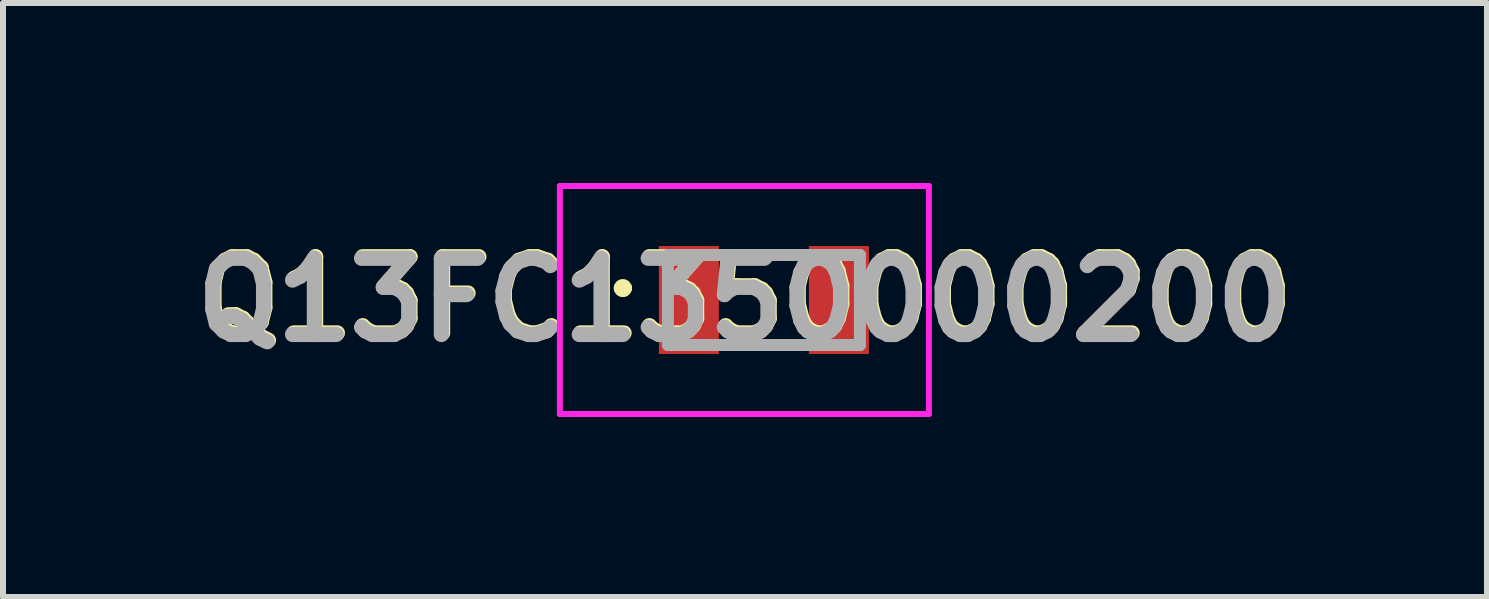
<source format=kicad_pcb>
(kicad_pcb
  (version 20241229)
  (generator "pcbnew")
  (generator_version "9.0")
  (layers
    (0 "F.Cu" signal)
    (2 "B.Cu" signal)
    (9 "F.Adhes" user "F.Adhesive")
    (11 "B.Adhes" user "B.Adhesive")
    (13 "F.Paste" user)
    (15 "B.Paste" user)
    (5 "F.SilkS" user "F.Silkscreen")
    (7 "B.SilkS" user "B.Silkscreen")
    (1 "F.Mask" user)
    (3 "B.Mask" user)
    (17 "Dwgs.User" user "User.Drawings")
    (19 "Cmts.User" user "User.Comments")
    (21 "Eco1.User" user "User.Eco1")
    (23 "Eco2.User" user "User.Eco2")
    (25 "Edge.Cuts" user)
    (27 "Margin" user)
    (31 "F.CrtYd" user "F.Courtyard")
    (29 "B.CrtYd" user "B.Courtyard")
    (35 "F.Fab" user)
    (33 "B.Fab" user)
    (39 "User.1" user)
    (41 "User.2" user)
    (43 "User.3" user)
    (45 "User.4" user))
  (footprint "Q13FC1350000200"
    (layer "F.Cu")
    (at 9.681 1.95)
    (property "Reference" "Q13FC1350000200" (at -0.305 -0.025 0) (layer "F.SilkS") (effects (font (size 1.27 1.27) (thickness 0.254))))
    (attr smd)
    (fp_line (start -2.4 -0.2) (end -2.4 -0.2) (stroke (width 0.2) (type solid)) (layer "F.SilkS"))
    (fp_line (start -2.4 -0.2) (end -2.4 -0.2) (stroke (width 0.2) (type solid)) (layer "F.SilkS"))
    (fp_line (start -2.3 -0.2) (end -2.3 -0.2) (stroke (width 0.2) (type solid)) (layer "F.SilkS"))
    (fp_arc (start -2.4 -0.2) (mid -2.35 -0.25) (end -2.3 -0.2) (stroke (width 0.2) (type solid)) (layer "F.SilkS"))
    (fp_arc (start -2.3 -0.2) (mid -2.35 -0.15) (end -2.4 -0.2) (stroke (width 0.2) (type solid)) (layer "F.SilkS"))
    (fp_arc (start -2.3 -0.2) (mid -2.35 -0.15) (end -2.4 -0.2) (stroke (width 0.2) (type solid)) (layer "F.SilkS"))
    (fp_line (start -3.4 -1.9) (end 2.75 -1.9) (stroke (width 0.1) (type solid)) (layer "F.CrtYd"))
    (fp_line (start -3.4 1.9) (end -3.4 -1.9) (stroke (width 0.1) (type solid)) (layer "F.CrtYd"))
    (fp_line (start 2.75 -1.9) (end 2.75 1.9) (stroke (width 0.1) (type solid)) (layer "F.CrtYd"))
    (fp_line (start 2.75 1.9) (end -3.4 1.9) (stroke (width 0.1) (type solid)) (layer "F.CrtYd"))
    (fp_line (start -1.6 -0.75) (end -1.6 0.75) (stroke (width 0.2) (type solid)) (layer "F.Fab"))
    (fp_line (start -1.6 0.75) (end 1.6 0.75) (stroke (width 0.2) (type solid)) (layer "F.Fab"))
    (fp_line (start 1.6 -0.75) (end -1.6 -0.75) (stroke (width 0.2) (type solid)) (layer "F.Fab"))
    (fp_line (start 1.6 0.75) (end 1.6 -0.75) (stroke (width 0.2) (type solid)) (layer "F.Fab"))
    (fp_text user "${REFERENCE}" (at -0.325 0 0) (layer "F.Fab") (effects (font (size 1.27 1.27) (thickness 0.254))))
    (pad "1" smd rect (at -1.25 0) (size 1 1.8) (layers "F.Cu" "F.Mask" "F.Paste"))
    (pad "2" smd rect (at 1.25 0) (size 1 1.8) (layers "F.Cu" "F.Mask" "F.Paste")))
  (gr_rect
    (start -3 -3)
    (end 21.732 6.9)
    (stroke (width 0.1) (type default))
    (fill no)
    (layer "Edge.Cuts")))
</source>
